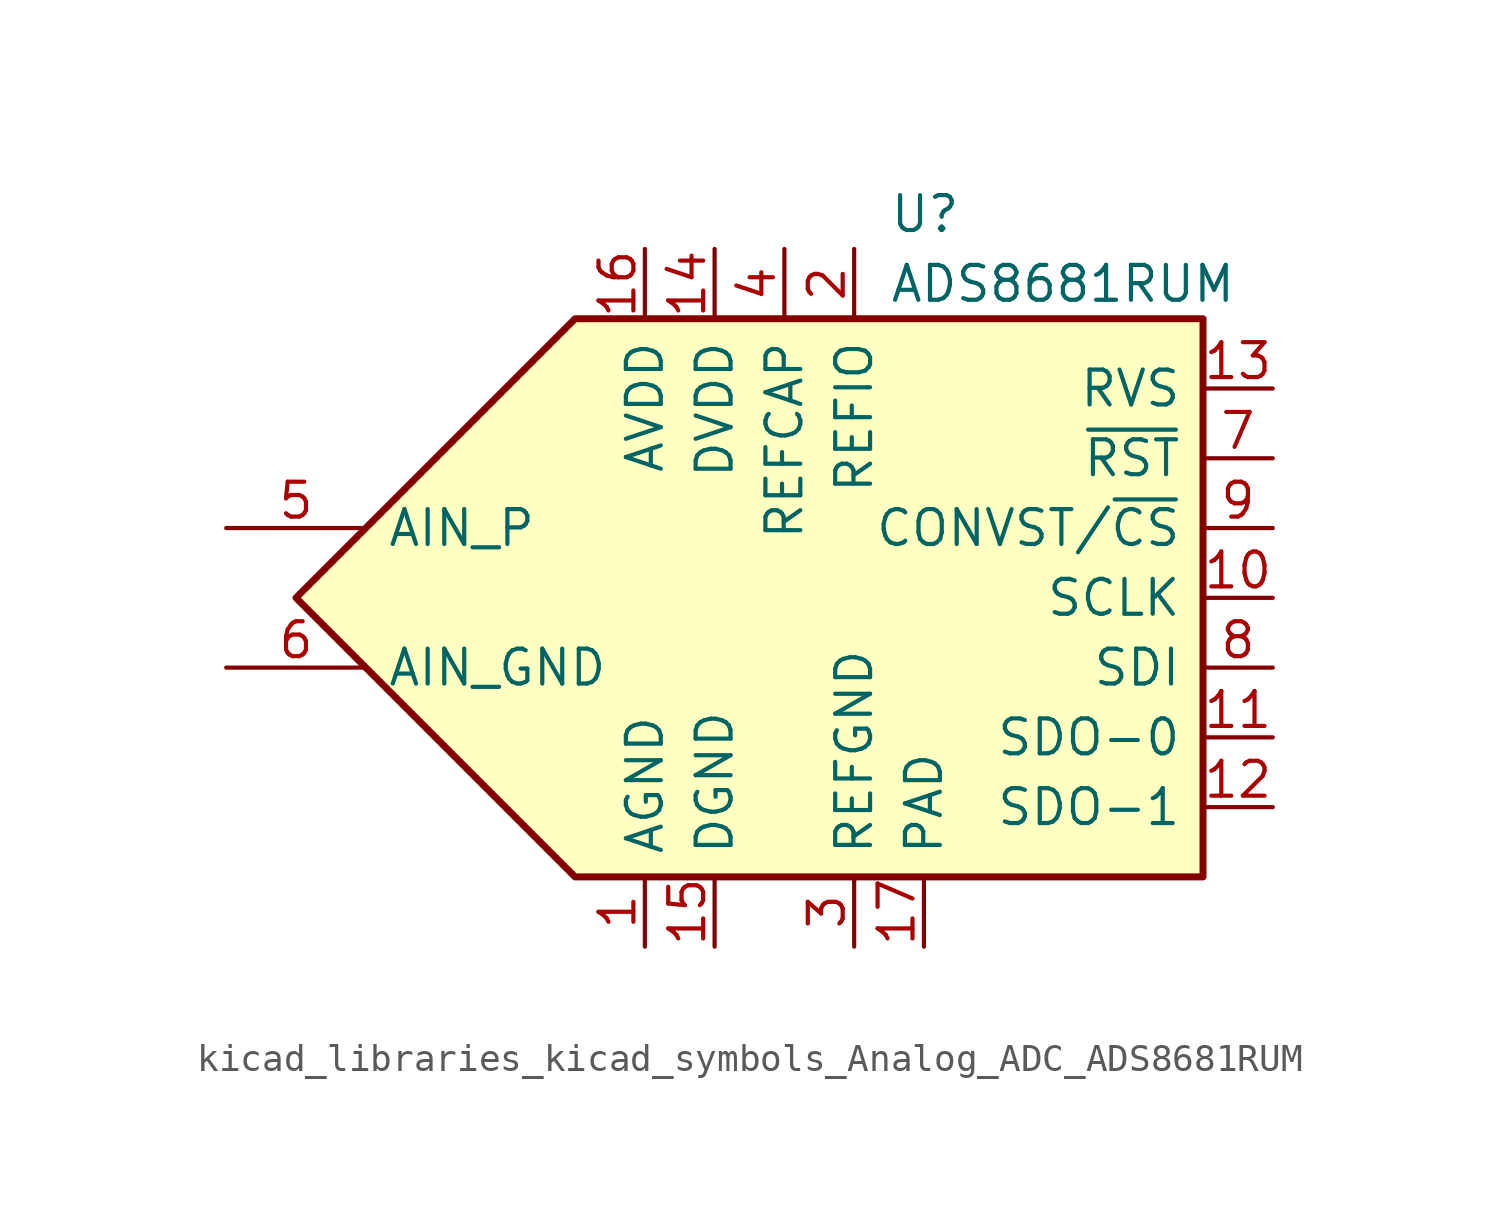
<source format=kicad_sym>
(kicad_symbol_lib
  (version 20220914)
  (generator kicad_symbol_editor)
  (symbol "kicad_libraries_kicad_symbols_Analog_ADC_ADS8681RUM"
    (pin_names
      (offset 0.762))
    (property "Reference" "U"
      (at 6.35 13.97 0)
      (effects (font (size 1.27 1.27)) (justify left)))
    (property "Value" "ADS8681RUM"
      (at 6.35 11.43 0)
      (effects (font (size 1.27 1.27)) (justify left)))
    (symbol "kicad_libraries_kicad_symbols_Analog_ADC_ADS8681RUM_0_1"
      (polyline (pts (xy -5.08 10.16) (xy 17.78 10.16) (xy 17.78 -10.16) (xy -5.08 -10.16) (xy -15.24 0) (xy -5.08 10.16)) (stroke (width 0.254) (type default)) (fill (type background))))
    (symbol "kicad_libraries_kicad_symbols_Analog_ADC_ADS8681RUM_1_1"
      (pin power_in line (at -2.54 -12.7 90) (length 2.54) (name "AGND" (effects (font (size 1.27 1.27)))) (number "1" (effects (font (size 1.27 1.27)))))
      (pin input line (at 20.32 0 180) (length 2.54) (name "SCLK" (effects (font (size 1.27 1.27)))) (number "10" (effects (font (size 1.27 1.27)))))
      (pin tri_state line (at 20.32 -5.08 180) (length 2.54) (name "SDO-0" (effects (font (size 1.27 1.27)))) (number "11" (effects (font (size 1.27 1.27)))))
      (pin tri_state line (at 20.32 -7.62 180) (length 2.54) (name "SDO-1" (effects (font (size 1.27 1.27)))) (number "12" (effects (font (size 1.27 1.27)))))
      (pin output line (at 20.32 7.62 180) (length 2.54) (name "RVS" (effects (font (size 1.27 1.27)))) (number "13" (effects (font (size 1.27 1.27)))))
      (pin power_in line (at 0 12.7 270) (length 2.54) (name "DVDD" (effects (font (size 1.27 1.27)))) (number "14" (effects (font (size 1.27 1.27)))))
      (pin power_in line (at 0 -12.7 90) (length 2.54) (name "DGND" (effects (font (size 1.27 1.27)))) (number "15" (effects (font (size 1.27 1.27)))))
      (pin power_in line (at -2.54 12.7 270) (length 2.54) (name "AVDD" (effects (font (size 1.27 1.27)))) (number "16" (effects (font (size 1.27 1.27)))))
      (pin power_in line (at 7.62 -12.7 90) (length 2.54) (name "PAD" (effects (font (size 1.27 1.27)))) (number "17" (effects (font (size 1.27 1.27)))))
      (pin passive line (at 5.08 12.7 270) (length 2.54) (name "REFIO" (effects (font (size 1.27 1.27)))) (number "2" (effects (font (size 1.27 1.27)))))
      (pin power_in line (at 5.08 -12.7 90) (length 2.54) (name "REFGND" (effects (font (size 1.27 1.27)))) (number "3" (effects (font (size 1.27 1.27)))))
      (pin power_in line (at 2.54 12.7 270) (length 2.54) (name "REFCAP" (effects (font (size 1.27 1.27)))) (number "4" (effects (font (size 1.27 1.27)))))
      (pin input line (at -17.78 2.54 0) (length 5.08) (name "AIN_P" (effects (font (size 1.27 1.27)))) (number "5" (effects (font (size 1.27 1.27)))))
      (pin input line (at -17.78 -2.54 0) (length 5.08) (name "AIN_GND" (effects (font (size 1.27 1.27)))) (number "6" (effects (font (size 1.27 1.27)))))
      (pin input line (at 20.32 5.08 180) (length 2.54) (name "~{RST}" (effects (font (size 1.27 1.27)))) (number "7" (effects (font (size 1.27 1.27)))))
      (pin input line (at 20.32 -2.54 180) (length 2.54) (name "SDI" (effects (font (size 1.27 1.27)))) (number "8" (effects (font (size 1.27 1.27)))))
      (pin input line (at 20.32 2.54 180) (length 2.54) (name "CONVST/~{CS}" (effects (font (size 1.27 1.27)))) (number "9" (effects (font (size 1.27 1.27))))))))
</source>
